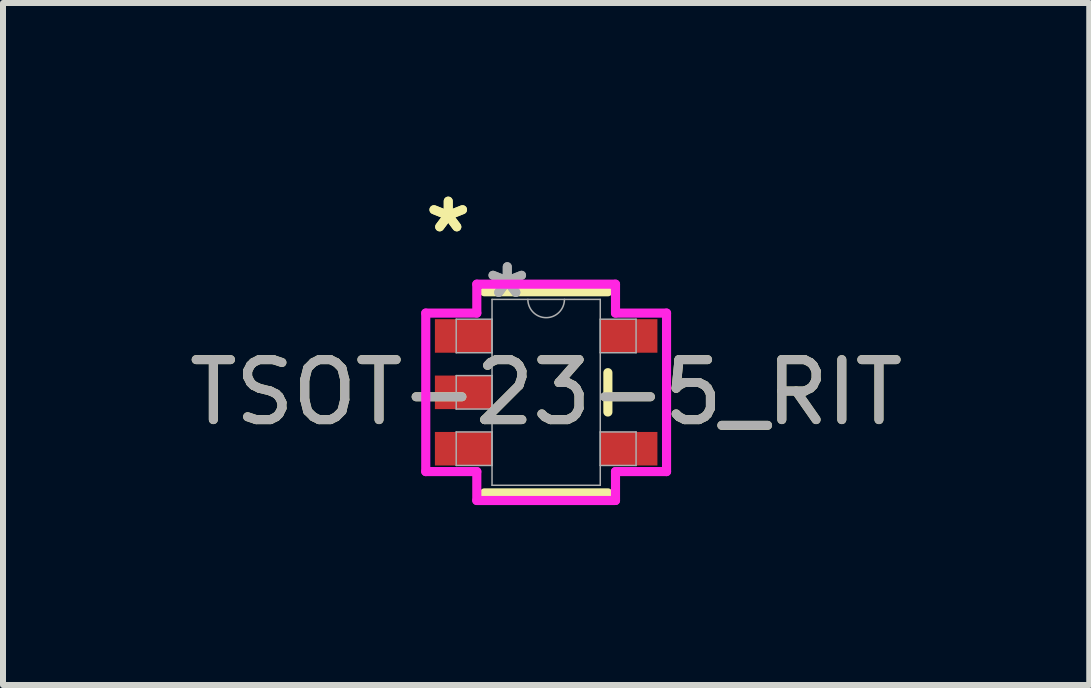
<source format=kicad_pcb>
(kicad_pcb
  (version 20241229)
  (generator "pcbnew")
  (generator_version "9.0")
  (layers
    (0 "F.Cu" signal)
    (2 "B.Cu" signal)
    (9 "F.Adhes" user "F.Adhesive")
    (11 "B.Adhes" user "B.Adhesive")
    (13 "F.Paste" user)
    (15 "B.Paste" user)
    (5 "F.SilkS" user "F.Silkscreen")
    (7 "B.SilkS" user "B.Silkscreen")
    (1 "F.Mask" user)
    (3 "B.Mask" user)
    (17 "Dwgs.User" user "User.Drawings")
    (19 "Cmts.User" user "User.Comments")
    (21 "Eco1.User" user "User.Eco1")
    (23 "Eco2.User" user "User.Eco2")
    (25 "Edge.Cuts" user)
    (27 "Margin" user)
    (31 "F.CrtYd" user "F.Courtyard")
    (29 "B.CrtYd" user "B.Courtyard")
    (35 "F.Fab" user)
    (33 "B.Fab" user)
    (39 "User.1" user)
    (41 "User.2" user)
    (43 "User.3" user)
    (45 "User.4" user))
  (footprint "TSOT-23-5_RIT"
    (layer "F.Cu")
    (at 6.054 3.49)
    (property "Reference" "TSOT-23-5_RIT" (at 0 0 0) (unlocked yes) (layer "F.SilkS") (effects (font (size 1 1) (thickness 0.15))))
    (attr smd)
    (fp_line (start -1.029 1.676) (end 1.029 1.676) (stroke (width 0.152) (type solid)) (layer "F.SilkS"))
    (fp_line (start 1.029 -1.676) (end -1.029 -1.676) (stroke (width 0.152) (type solid)) (layer "F.SilkS"))
    (fp_line (start 1.029 0.328) (end 1.029 -0.328) (stroke (width 0.152) (type solid)) (layer "F.SilkS"))
    (fp_line (start -2.007 -1.321) (end -1.156 -1.321) (stroke (width 0.152) (type solid)) (layer "F.CrtYd"))
    (fp_line (start -2.007 1.321) (end -2.007 -1.321) (stroke (width 0.152) (type solid)) (layer "F.CrtYd"))
    (fp_line (start -1.156 -1.803) (end 1.156 -1.803) (stroke (width 0.152) (type solid)) (layer "F.CrtYd"))
    (fp_line (start -1.156 -1.321) (end -1.156 -1.803) (stroke (width 0.152) (type solid)) (layer "F.CrtYd"))
    (fp_line (start -1.156 1.321) (end -2.007 1.321) (stroke (width 0.152) (type solid)) (layer "F.CrtYd"))
    (fp_line (start -1.156 1.803) (end -1.156 1.321) (stroke (width 0.152) (type solid)) (layer "F.CrtYd"))
    (fp_line (start 1.156 -1.803) (end 1.156 -1.321) (stroke (width 0.152) (type solid)) (layer "F.CrtYd"))
    (fp_line (start 1.156 -1.321) (end 2.007 -1.321) (stroke (width 0.152) (type solid)) (layer "F.CrtYd"))
    (fp_line (start 1.156 1.321) (end 1.156 1.803) (stroke (width 0.152) (type solid)) (layer "F.CrtYd"))
    (fp_line (start 1.156 1.803) (end -1.156 1.803) (stroke (width 0.152) (type solid)) (layer "F.CrtYd"))
    (fp_line (start 2.007 -1.321) (end 2.007 1.321) (stroke (width 0.152) (type solid)) (layer "F.CrtYd"))
    (fp_line (start 2.007 1.321) (end 1.156 1.321) (stroke (width 0.152) (type solid)) (layer "F.CrtYd"))
    (fp_line (start -1.499 -1.219) (end -1.499 -0.66) (stroke (width 0.025) (type solid)) (layer "F.Fab"))
    (fp_line (start -1.499 -0.66) (end -0.902 -0.66) (stroke (width 0.025) (type solid)) (layer "F.Fab"))
    (fp_line (start -1.499 -0.279) (end -1.499 0.279) (stroke (width 0.025) (type solid)) (layer "F.Fab"))
    (fp_line (start -1.499 0.279) (end -0.902 0.279) (stroke (width 0.025) (type solid)) (layer "F.Fab"))
    (fp_line (start -1.499 0.66) (end -1.499 1.219) (stroke (width 0.025) (type solid)) (layer "F.Fab"))
    (fp_line (start -1.499 1.219) (end -0.902 1.219) (stroke (width 0.025) (type solid)) (layer "F.Fab"))
    (fp_line (start -0.902 -1.549) (end -0.902 1.549) (stroke (width 0.025) (type solid)) (layer "F.Fab"))
    (fp_line (start -0.902 -1.219) (end -1.499 -1.219) (stroke (width 0.025) (type solid)) (layer "F.Fab"))
    (fp_line (start -0.902 -0.66) (end -0.902 -1.219) (stroke (width 0.025) (type solid)) (layer "F.Fab"))
    (fp_line (start -0.902 -0.279) (end -1.499 -0.279) (stroke (width 0.025) (type solid)) (layer "F.Fab"))
    (fp_line (start -0.902 0.279) (end -0.902 -0.279) (stroke (width 0.025) (type solid)) (layer "F.Fab"))
    (fp_line (start -0.902 0.66) (end -1.499 0.66) (stroke (width 0.025) (type solid)) (layer "F.Fab"))
    (fp_line (start -0.902 1.219) (end -0.902 0.66) (stroke (width 0.025) (type solid)) (layer "F.Fab"))
    (fp_line (start -0.902 1.549) (end 0.902 1.549) (stroke (width 0.025) (type solid)) (layer "F.Fab"))
    (fp_line (start 0.902 -1.549) (end -0.902 -1.549) (stroke (width 0.025) (type solid)) (layer "F.Fab"))
    (fp_line (start 0.902 -1.219) (end 0.902 -0.66) (stroke (width 0.025) (type solid)) (layer "F.Fab"))
    (fp_line (start 0.902 -0.66) (end 1.499 -0.66) (stroke (width 0.025) (type solid)) (layer "F.Fab"))
    (fp_line (start 0.902 0.66) (end 0.902 1.219) (stroke (width 0.025) (type solid)) (layer "F.Fab"))
    (fp_line (start 0.902 1.219) (end 1.499 1.219) (stroke (width 0.025) (type solid)) (layer "F.Fab"))
    (fp_line (start 0.902 1.549) (end 0.902 -1.549) (stroke (width 0.025) (type solid)) (layer "F.Fab"))
    (fp_line (start 1.499 -1.219) (end 0.902 -1.219) (stroke (width 0.025) (type solid)) (layer "F.Fab"))
    (fp_line (start 1.499 -0.66) (end 1.499 -1.219) (stroke (width 0.025) (type solid)) (layer "F.Fab"))
    (fp_line (start 1.499 0.66) (end 0.902 0.66) (stroke (width 0.025) (type solid)) (layer "F.Fab"))
    (fp_line (start 1.499 1.219) (end 1.499 0.66) (stroke (width 0.025) (type solid)) (layer "F.Fab"))
    (fp_arc (start 0.3048 -1.5494) (mid 0 -1.2446) (end -0.3048 -1.5494) (stroke (width 0.0254) (type solid)) (layer "F.Fab"))
    (fp_text user "*" (at -1.632 -2.642 0) (unlocked yes) (layer "F.SilkS") (effects (font (size 1 1) (thickness 0.15))))
    (fp_text user "*" (at -1.632 -2.642 0) (layer "F.SilkS") (effects (font (size 1 1) (thickness 0.15))))
    (fp_text user "*" (at -0.648 -1.549 0) (layer "F.Fab") (effects (font (size 1 1) (thickness 0.15))))
    (fp_text user "${REFERENCE}" (at 0 0 0) (unlocked yes) (layer "F.Fab") (effects (font (size 1 1) (thickness 0.15))))
    (fp_text user "*" (at -0.648 -1.549 0) (unlocked yes) (layer "F.Fab") (effects (font (size 1 1) (thickness 0.15))))
    (pad "1" smd rect (at -1.378 -0.94) (size 0.953 0.559) (layers "F.Cu" "F.Mask" "F.Paste"))
    (pad "2" smd rect (at -1.378 0) (size 0.953 0.559) (layers "F.Cu" "F.Mask" "F.Paste"))
    (pad "3" smd rect (at -1.378 0.94) (size 0.953 0.559) (layers "F.Cu" "F.Mask" "F.Paste"))
    (pad "4" smd rect (at 1.378 0.94) (size 0.953 0.559) (layers "F.Cu" "F.Mask" "F.Paste"))
    (pad "5" smd rect (at 1.378 -0.94) (size 0.953 0.559) (layers "F.Cu" "F.Mask" "F.Paste")))
  (gr_rect
    (start -3 -3)
    (end 15.107 8.369)
    (stroke (width 0.1) (type default))
    (fill no)
    (layer "Edge.Cuts")))
</source>
